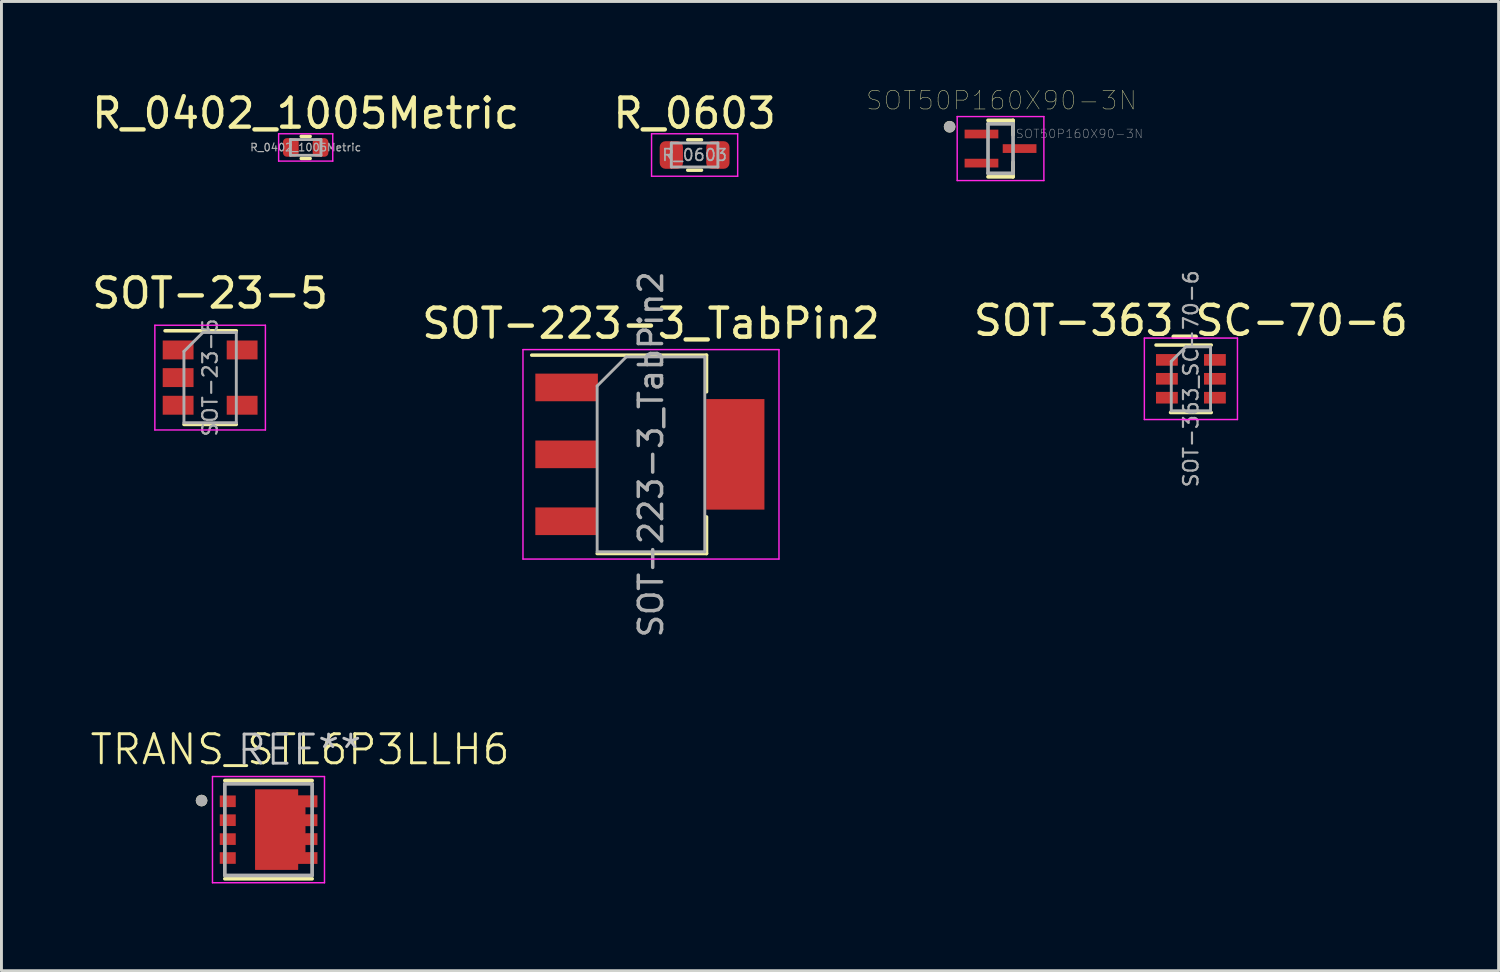
<source format=kicad_pcb>
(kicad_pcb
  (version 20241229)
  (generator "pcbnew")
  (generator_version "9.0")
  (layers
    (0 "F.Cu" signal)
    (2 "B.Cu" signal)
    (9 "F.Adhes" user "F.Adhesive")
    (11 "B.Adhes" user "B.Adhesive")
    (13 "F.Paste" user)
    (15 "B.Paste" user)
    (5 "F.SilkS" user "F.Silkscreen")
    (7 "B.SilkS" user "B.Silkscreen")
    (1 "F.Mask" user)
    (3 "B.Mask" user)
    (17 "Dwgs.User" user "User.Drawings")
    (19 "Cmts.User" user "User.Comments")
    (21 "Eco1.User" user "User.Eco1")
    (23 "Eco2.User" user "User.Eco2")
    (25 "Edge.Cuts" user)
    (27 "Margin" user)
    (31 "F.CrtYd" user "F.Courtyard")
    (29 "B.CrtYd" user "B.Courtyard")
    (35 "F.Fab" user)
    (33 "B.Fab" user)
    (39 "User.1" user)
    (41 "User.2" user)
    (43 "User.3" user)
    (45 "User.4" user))
  (footprint "TRANS_STL6P3LLH6"
    (layer "F.Cu")
    (at 6.179 25.469)
    (property "Reference" "TRANS_STL6P3LLH6" (at 1.085 -2.755 0) (layer "F.SilkS") (effects (font (size 1 1) (thickness 0.1))))
    (attr through_hole)
    (fp_poly (pts (xy -0.455 -1.375) (xy -0.455 1.375) (xy 1.015 1.375) (xy 1.015 1.175) (xy 1.675 1.175) (xy 1.675 0.775) (xy 1.265 0.775) (xy 1.265 0.525) (xy 1.675 0.525) (xy 1.675 0.125) (xy 1.265 0.125) (xy 1.265 -0.125) (xy 1.675 -0.125) (xy 1.675 -0.525) (xy 1.265 -0.525) (xy 1.265 -0.775) (xy 1.675 -0.775) (xy 1.675 -1.175) (xy 1.015 -1.175) (xy 1.015 -1.375)) (stroke (width 0.01) (type solid)) (fill yes) (layer "F.Cu"))
    (fp_poly (pts (xy -0.555 -1.475) (xy -0.555 1.475) (xy 1.115 1.475) (xy 1.115 1.225) (xy 1.725 1.225) (xy 1.725 0.725) (xy 1.315 0.725) (xy 1.315 0.575) (xy 1.725 0.575) (xy 1.725 0.075) (xy 1.315 0.075) (xy 1.315 -0.075) (xy 1.725 -0.075) (xy 1.725 -0.575) (xy 1.315 -0.575) (xy 1.315 -0.725) (xy 1.725 -0.725) (xy 1.725 -1.225) (xy 1.115 -1.225) (xy 1.115 -1.475)) (stroke (width 0.01) (type solid)) (fill yes) (layer "F.Mask"))
    (fp_line (start 1.5 -1.688) (end -1.5 -1.688) (stroke (width 0.127) (type solid)) (layer "F.SilkS"))
    (fp_line (start 1.5 1.688) (end -1.5 1.688) (stroke (width 0.127) (type solid)) (layer "F.SilkS"))
    (fp_circle (center -2.3 -1) (end -2.2 -1) (stroke (width 0.2) (type solid)) (fill no) (layer "F.SilkS"))
    (fp_poly (pts (xy -0.59 -0.465) (xy 1.15 -0.465) (xy 1.15 0.465) (xy -0.59 0.465)) (stroke (width 0.01) (type solid)) (fill yes) (layer "F.Paste"))
    (fp_poly (pts (xy 1.2 -1.25) (xy 1.6 -1.25) (xy 1.6 -0.7) (xy 1.2 -0.7)) (stroke (width 0.01) (type solid)) (fill yes) (layer "F.Paste"))
    (fp_poly (pts (xy 1.2 -0.6) (xy 1.6 -0.6) (xy 1.6 -0.05) (xy 1.2 -0.05)) (stroke (width 0.01) (type solid)) (fill yes) (layer "F.Paste"))
    (fp_poly (pts (xy 1.2 0.05) (xy 1.6 0.05) (xy 1.6 0.6) (xy 1.2 0.6)) (stroke (width 0.01) (type solid)) (fill yes) (layer "F.Paste"))
    (fp_poly (pts (xy 1.2 0.7) (xy 1.6 0.7) (xy 1.6 1.25) (xy 1.2 1.25)) (stroke (width 0.01) (type solid)) (fill yes) (layer "F.Paste"))
    (fp_line (start -1.925 -1.825) (end 1.925 -1.825) (stroke (width 0.05) (type solid)) (layer "F.CrtYd"))
    (fp_line (start -1.925 1.825) (end -1.925 -1.825) (stroke (width 0.05) (type solid)) (layer "F.CrtYd"))
    (fp_line (start 1.925 -1.825) (end 1.925 1.825) (stroke (width 0.05) (type solid)) (layer "F.CrtYd"))
    (fp_line (start 1.925 1.825) (end -1.925 1.825) (stroke (width 0.05) (type solid)) (layer "F.CrtYd"))
    (fp_line (start -1.5 -1.575) (end 1.5 -1.575) (stroke (width 0.127) (type solid)) (layer "F.Fab"))
    (fp_line (start -1.5 1.575) (end -1.5 -1.575) (stroke (width 0.127) (type solid)) (layer "F.Fab"))
    (fp_line (start 1.5 -1.575) (end 1.5 1.575) (stroke (width 0.127) (type solid)) (layer "F.Fab"))
    (fp_line (start 1.5 1.575) (end -1.5 1.575) (stroke (width 0.127) (type solid)) (layer "F.Fab"))
    (fp_circle (center -2.3 -1) (end -2.2 -1) (stroke (width 0.2) (type solid)) (fill no) (layer "F.Fab"))
    (fp_text user "REF**" (at 1.067 -2.743 0) (layer "Dwgs.User") (effects (font (size 1 1) (thickness 0.1))))
    (pad "1" smd rect (at -1.4 -0.975) (size 0.55 0.4) (layers "F.Cu" "F.Mask" "F.Paste"))
    (pad "2" smd rect (at -1.4 -0.325) (size 0.55 0.4) (layers "F.Cu" "F.Mask" "F.Paste"))
    (pad "3" smd rect (at -1.4 0.325) (size 0.55 0.4) (layers "F.Cu" "F.Mask" "F.Paste"))
    (pad "4" smd rect (at -1.4 0.975) (size 0.55 0.4) (layers "F.Cu" "F.Mask" "F.Paste"))
    (pad "5_6_7_8" smd rect (at 0.28 0) (size 1.47 2.75) (layers "F.Cu" "F.Mask")))
  (footprint "R_0402_1005Metric"
    (layer "F.Cu")
    (at 7.458 2.018)
    (property "Reference" "R_0402_1005Metric" (at 0 -1.17 0) (layer "F.SilkS") (effects (font (size 1 1) (thickness 0.15))))
    (attr smd)
    (fp_line (start -0.154 -0.38) (end 0.154 -0.38) (stroke (width 0.12) (type solid)) (layer "F.SilkS"))
    (fp_line (start -0.154 0.38) (end 0.154 0.38) (stroke (width 0.12) (type solid)) (layer "F.SilkS"))
    (fp_line (start -0.93 -0.47) (end 0.93 -0.47) (stroke (width 0.05) (type solid)) (layer "F.CrtYd"))
    (fp_line (start -0.93 0.47) (end -0.93 -0.47) (stroke (width 0.05) (type solid)) (layer "F.CrtYd"))
    (fp_line (start 0.93 -0.47) (end 0.93 0.47) (stroke (width 0.05) (type solid)) (layer "F.CrtYd"))
    (fp_line (start 0.93 0.47) (end -0.93 0.47) (stroke (width 0.05) (type solid)) (layer "F.CrtYd"))
    (fp_line (start -0.525 -0.27) (end 0.525 -0.27) (stroke (width 0.1) (type solid)) (layer "F.Fab"))
    (fp_line (start -0.525 0.27) (end -0.525 -0.27) (stroke (width 0.1) (type solid)) (layer "F.Fab"))
    (fp_line (start 0.525 -0.27) (end 0.525 0.27) (stroke (width 0.1) (type solid)) (layer "F.Fab"))
    (fp_line (start 0.525 0.27) (end -0.525 0.27) (stroke (width 0.1) (type solid)) (layer "F.Fab"))
    (fp_text user "${REFERENCE}" (at 0 0 0) (layer "F.Fab") (effects (font (size 0.26 0.26) (thickness 0.04))))
    (pad "1" smd roundrect (at -0.51 0) (size 0.54 0.64) (layers "F.Cu" "F.Mask" "F.Paste") (roundrect_rratio 0.25))
    (pad "2" smd roundrect (at 0.51 0) (size 0.54 0.64) (layers "F.Cu" "F.Mask" "F.Paste") (roundrect_rratio 0.25)))
  (footprint "R_0603"
    (layer "F.Cu")
    (at 20.827 2.278)
    (property "Reference" "R_0603" (at 0 -1.43 0) (layer "F.SilkS") (effects (font (size 1 1) (thickness 0.15))))
    (attr smd)
    (fp_line (start -0.237 -0.522) (end 0.237 -0.522) (stroke (width 0.12) (type solid)) (layer "F.SilkS"))
    (fp_line (start -0.237 0.522) (end 0.237 0.522) (stroke (width 0.12) (type solid)) (layer "F.SilkS"))
    (fp_line (start -1.48 -0.73) (end 1.48 -0.73) (stroke (width 0.05) (type solid)) (layer "F.CrtYd"))
    (fp_line (start -1.48 0.73) (end -1.48 -0.73) (stroke (width 0.05) (type solid)) (layer "F.CrtYd"))
    (fp_line (start 1.48 -0.73) (end 1.48 0.73) (stroke (width 0.05) (type solid)) (layer "F.CrtYd"))
    (fp_line (start 1.48 0.73) (end -1.48 0.73) (stroke (width 0.05) (type solid)) (layer "F.CrtYd"))
    (fp_line (start -0.8 -0.412) (end 0.8 -0.412) (stroke (width 0.1) (type solid)) (layer "F.Fab"))
    (fp_line (start -0.8 0.412) (end -0.8 -0.412) (stroke (width 0.1) (type solid)) (layer "F.Fab"))
    (fp_line (start 0.8 -0.412) (end 0.8 0.412) (stroke (width 0.1) (type solid)) (layer "F.Fab"))
    (fp_line (start 0.8 0.412) (end -0.8 0.412) (stroke (width 0.1) (type solid)) (layer "F.Fab"))
    (fp_text user "${REFERENCE}" (at 0 0 0) (layer "F.Fab") (effects (font (size 0.4 0.4) (thickness 0.06))))
    (pad "1" smd roundrect (at -0.8 0) (size 0.8 0.95) (layers "F.Cu" "F.Mask" "F.Paste") (roundrect_rratio 0.25))
    (pad "2" smd roundrect (at 0.8 0) (size 0.8 0.95) (layers "F.Cu" "F.Mask" "F.Paste") (roundrect_rratio 0.25)))
  (footprint "SOT-23-5"
    (layer "F.Cu")
    (at 4.173 9.93)
    (property "Reference" "SOT-23-5" (at 0 -2.9 0) (layer "F.SilkS") (effects (font (size 1 1) (thickness 0.15))))
    (attr smd)
    (fp_line (start -0.9 1.61) (end 0.9 1.61) (stroke (width 0.12) (type solid)) (layer "F.SilkS"))
    (fp_line (start 0.9 -1.61) (end -1.55 -1.61) (stroke (width 0.12) (type solid)) (layer "F.SilkS"))
    (fp_line (start -1.9 -1.8) (end 1.9 -1.8) (stroke (width 0.05) (type solid)) (layer "F.CrtYd"))
    (fp_line (start -1.9 1.8) (end -1.9 -1.8) (stroke (width 0.05) (type solid)) (layer "F.CrtYd"))
    (fp_line (start 1.9 -1.8) (end 1.9 1.8) (stroke (width 0.05) (type solid)) (layer "F.CrtYd"))
    (fp_line (start 1.9 1.8) (end -1.9 1.8) (stroke (width 0.05) (type solid)) (layer "F.CrtYd"))
    (fp_line (start -0.9 -0.9) (end -0.9 1.55) (stroke (width 0.1) (type solid)) (layer "F.Fab"))
    (fp_line (start -0.9 -0.9) (end -0.25 -1.55) (stroke (width 0.1) (type solid)) (layer "F.Fab"))
    (fp_line (start 0.9 -1.55) (end -0.25 -1.55) (stroke (width 0.1) (type solid)) (layer "F.Fab"))
    (fp_line (start 0.9 -1.55) (end 0.9 1.55) (stroke (width 0.1) (type solid)) (layer "F.Fab"))
    (fp_line (start 0.9 1.55) (end -0.9 1.55) (stroke (width 0.1) (type solid)) (layer "F.Fab"))
    (fp_text user "${REFERENCE}" (at 0 0 90) (layer "F.Fab") (effects (font (size 0.5 0.5) (thickness 0.075))))
    (pad "1" smd rect (at -1.1 -0.95) (size 1.06 0.65) (layers "F.Cu" "F.Mask" "F.Paste"))
    (pad "2" smd rect (at -1.1 0) (size 1.06 0.65) (layers "F.Cu" "F.Mask" "F.Paste"))
    (pad "3" smd rect (at -1.1 0.95) (size 1.06 0.65) (layers "F.Cu" "F.Mask" "F.Paste"))
    (pad "4" smd rect (at 1.1 0.95) (size 1.06 0.65) (layers "F.Cu" "F.Mask" "F.Paste"))
    (pad "5" smd rect (at 1.1 -0.95) (size 1.06 0.65) (layers "F.Cu" "F.Mask" "F.Paste")))
  (footprint "SOT50P160X90-3N"
    (layer "F.Cu")
    (at 31.343 2.057)
    (property "Reference" "SOT50P160X90-3N" (at 0.032 -1.656 0) (layer "F.SilkS") (effects (font (size 0.64 0.64) (thickness 0.015))))
    (attr through_hole)
    (fp_line (start -0.43 -0.97) (end 0.43 -0.97) (stroke (width 0.127) (type solid)) (layer "F.SilkS"))
    (fp_line (start -0.43 0.97) (end 0.43 0.97) (stroke (width 0.127) (type solid)) (layer "F.SilkS"))
    (fp_line (start 0.43 -0.97) (end 0.43 -0.47) (stroke (width 0.127) (type solid)) (layer "F.SilkS"))
    (fp_line (start 0.43 0.97) (end 0.43 0.47) (stroke (width 0.127) (type solid)) (layer "F.SilkS"))
    (fp_circle (center -1.75 -0.75) (end -1.65 -0.75) (stroke (width 0.2) (type solid)) (fill no) (layer "F.SilkS"))
    (fp_line (start -1.49 -1.1) (end 1.49 -1.1) (stroke (width 0.05) (type solid)) (layer "F.CrtYd"))
    (fp_line (start -1.49 1.1) (end -1.49 -1.1) (stroke (width 0.05) (type solid)) (layer "F.CrtYd"))
    (fp_line (start 1.49 -1.1) (end 1.49 1.1) (stroke (width 0.05) (type solid)) (layer "F.CrtYd"))
    (fp_line (start 1.49 1.1) (end -1.49 1.1) (stroke (width 0.05) (type solid)) (layer "F.CrtYd"))
    (fp_line (start -0.43 -0.85) (end 0.43 -0.85) (stroke (width 0.127) (type solid)) (layer "F.Fab"))
    (fp_line (start -0.43 0.85) (end -0.43 -0.85) (stroke (width 0.127) (type solid)) (layer "F.Fab"))
    (fp_line (start 0.43 -0.85) (end 0.43 0.85) (stroke (width 0.127) (type solid)) (layer "F.Fab"))
    (fp_line (start 0.43 0.85) (end -0.43 0.85) (stroke (width 0.127) (type solid)) (layer "F.Fab"))
    (fp_circle (center -1.75 -0.75) (end -1.65 -0.75) (stroke (width 0.2) (type solid)) (fill no) (layer "F.Fab"))
    (fp_text user "${REFERENCE}" (at 0.508 -0.508 180) (layer "F.Fab") (effects (font (size 0.3 0.3) (thickness 0.015)) (justify left)))
    (pad "1" smd rect (at -0.655 -0.5) (size 1.16 0.3) (layers "F.Cu" "F.Mask" "F.Paste"))
    (pad "2" smd rect (at -0.655 0.5) (size 1.16 0.3) (layers "F.Cu" "F.Mask" "F.Paste"))
    (pad "3" smd rect (at 0.655 0) (size 1.16 0.3) (layers "F.Cu" "F.Mask" "F.Paste")))
  (footprint "SOT-363_SC-70-6"
    (layer "F.Cu")
    (at 37.887 9.971)
    (property "Reference" "SOT-363_SC-70-6" (at 0 -2 0) (layer "F.SilkS") (effects (font (size 1 1) (thickness 0.15))))
    (attr smd)
    (fp_line (start -0.7 1.16) (end 0.7 1.16) (stroke (width 0.12) (type solid)) (layer "F.SilkS"))
    (fp_line (start 0.7 -1.16) (end -1.2 -1.16) (stroke (width 0.12) (type solid)) (layer "F.SilkS"))
    (fp_line (start -1.6 -1.4) (end -1.6 1.4) (stroke (width 0.05) (type solid)) (layer "F.CrtYd"))
    (fp_line (start -1.6 -1.4) (end 1.6 -1.4) (stroke (width 0.05) (type solid)) (layer "F.CrtYd"))
    (fp_line (start -1.6 1.4) (end 1.6 1.4) (stroke (width 0.05) (type solid)) (layer "F.CrtYd"))
    (fp_line (start 1.6 1.4) (end 1.6 -1.4) (stroke (width 0.05) (type solid)) (layer "F.CrtYd"))
    (fp_line (start -0.675 -0.6) (end -0.675 1.1) (stroke (width 0.1) (type solid)) (layer "F.Fab"))
    (fp_line (start -0.175 -1.1) (end -0.675 -0.6) (stroke (width 0.1) (type solid)) (layer "F.Fab"))
    (fp_line (start 0.675 -1.1) (end -0.175 -1.1) (stroke (width 0.1) (type solid)) (layer "F.Fab"))
    (fp_line (start 0.675 -1.1) (end 0.675 1.1) (stroke (width 0.1) (type solid)) (layer "F.Fab"))
    (fp_line (start 0.675 1.1) (end -0.675 1.1) (stroke (width 0.1) (type solid)) (layer "F.Fab"))
    (fp_text user "${REFERENCE}" (at 0 0 90) (layer "F.Fab") (effects (font (size 0.5 0.5) (thickness 0.075))))
    (pad "1" smd rect (at -0.825 -0.65) (size 0.75 0.4) (layers "F.Cu" "F.Mask" "F.Paste"))
    (pad "2" smd rect (at -0.825 0) (size 0.75 0.4) (layers "F.Cu" "F.Mask" "F.Paste"))
    (pad "3" smd rect (at -0.825 0.65) (size 0.75 0.4) (layers "F.Cu" "F.Mask" "F.Paste"))
    (pad "4" smd rect (at 0.825 0.65) (size 0.75 0.4) (layers "F.Cu" "F.Mask" "F.Paste"))
    (pad "5" smd rect (at 0.825 0) (size 0.75 0.4) (layers "F.Cu" "F.Mask" "F.Paste"))
    (pad "6" smd rect (at 0.825 -0.65) (size 0.75 0.4) (layers "F.Cu" "F.Mask" "F.Paste")))
  (footprint "SOT-223-3_TabPin2"
    (layer "F.Cu")
    (at 19.327 12.568)
    (property "Reference" "SOT-223-3_TabPin2" (at 0 -4.5 0) (layer "F.SilkS") (effects (font (size 1 1) (thickness 0.15))))
    (attr smd)
    (fp_line (start -4.1 -3.41) (end 1.91 -3.41) (stroke (width 0.12) (type solid)) (layer "F.SilkS"))
    (fp_line (start -1.85 3.41) (end 1.91 3.41) (stroke (width 0.12) (type solid)) (layer "F.SilkS"))
    (fp_line (start 1.91 -3.41) (end 1.91 -2.15) (stroke (width 0.12) (type solid)) (layer "F.SilkS"))
    (fp_line (start 1.91 3.41) (end 1.91 2.15) (stroke (width 0.12) (type solid)) (layer "F.SilkS"))
    (fp_line (start -4.4 -3.6) (end -4.4 3.6) (stroke (width 0.05) (type solid)) (layer "F.CrtYd"))
    (fp_line (start -4.4 3.6) (end 4.4 3.6) (stroke (width 0.05) (type solid)) (layer "F.CrtYd"))
    (fp_line (start 4.4 -3.6) (end -4.4 -3.6) (stroke (width 0.05) (type solid)) (layer "F.CrtYd"))
    (fp_line (start 4.4 3.6) (end 4.4 -3.6) (stroke (width 0.05) (type solid)) (layer "F.CrtYd"))
    (fp_line (start -1.85 -2.35) (end -1.85 3.35) (stroke (width 0.1) (type solid)) (layer "F.Fab"))
    (fp_line (start -1.85 -2.35) (end -0.85 -3.35) (stroke (width 0.1) (type solid)) (layer "F.Fab"))
    (fp_line (start -1.85 3.35) (end 1.85 3.35) (stroke (width 0.1) (type solid)) (layer "F.Fab"))
    (fp_line (start -0.85 -3.35) (end 1.85 -3.35) (stroke (width 0.1) (type solid)) (layer "F.Fab"))
    (fp_line (start 1.85 -3.35) (end 1.85 3.35) (stroke (width 0.1) (type solid)) (layer "F.Fab"))
    (fp_text user "${REFERENCE}" (at 0 0 90) (layer "F.Fab") (effects (font (size 0.8 0.8) (thickness 0.12))))
    (pad "1" smd rect (at -2.9 -2.3) (size 2.15 0.95) (layers "F.Cu" "F.Mask" "F.Paste"))
    (pad "2" smd rect (at -2.9 0) (size 2.15 0.95) (layers "F.Cu" "F.Mask" "F.Paste"))
    (pad "2" smd rect (at 2.9 0) (size 2 3.8) (layers "F.Cu" "F.Mask" "F.Paste"))
    (pad "3" smd rect (at -2.9 2.3) (size 2.15 0.95) (layers "F.Cu" "F.Mask" "F.Paste")))
  (gr_rect
    (start -3 -3)
    (end 48.464 30.319)
    (stroke (width 0.1) (type default))
    (fill no)
    (layer "Edge.Cuts")))
</source>
